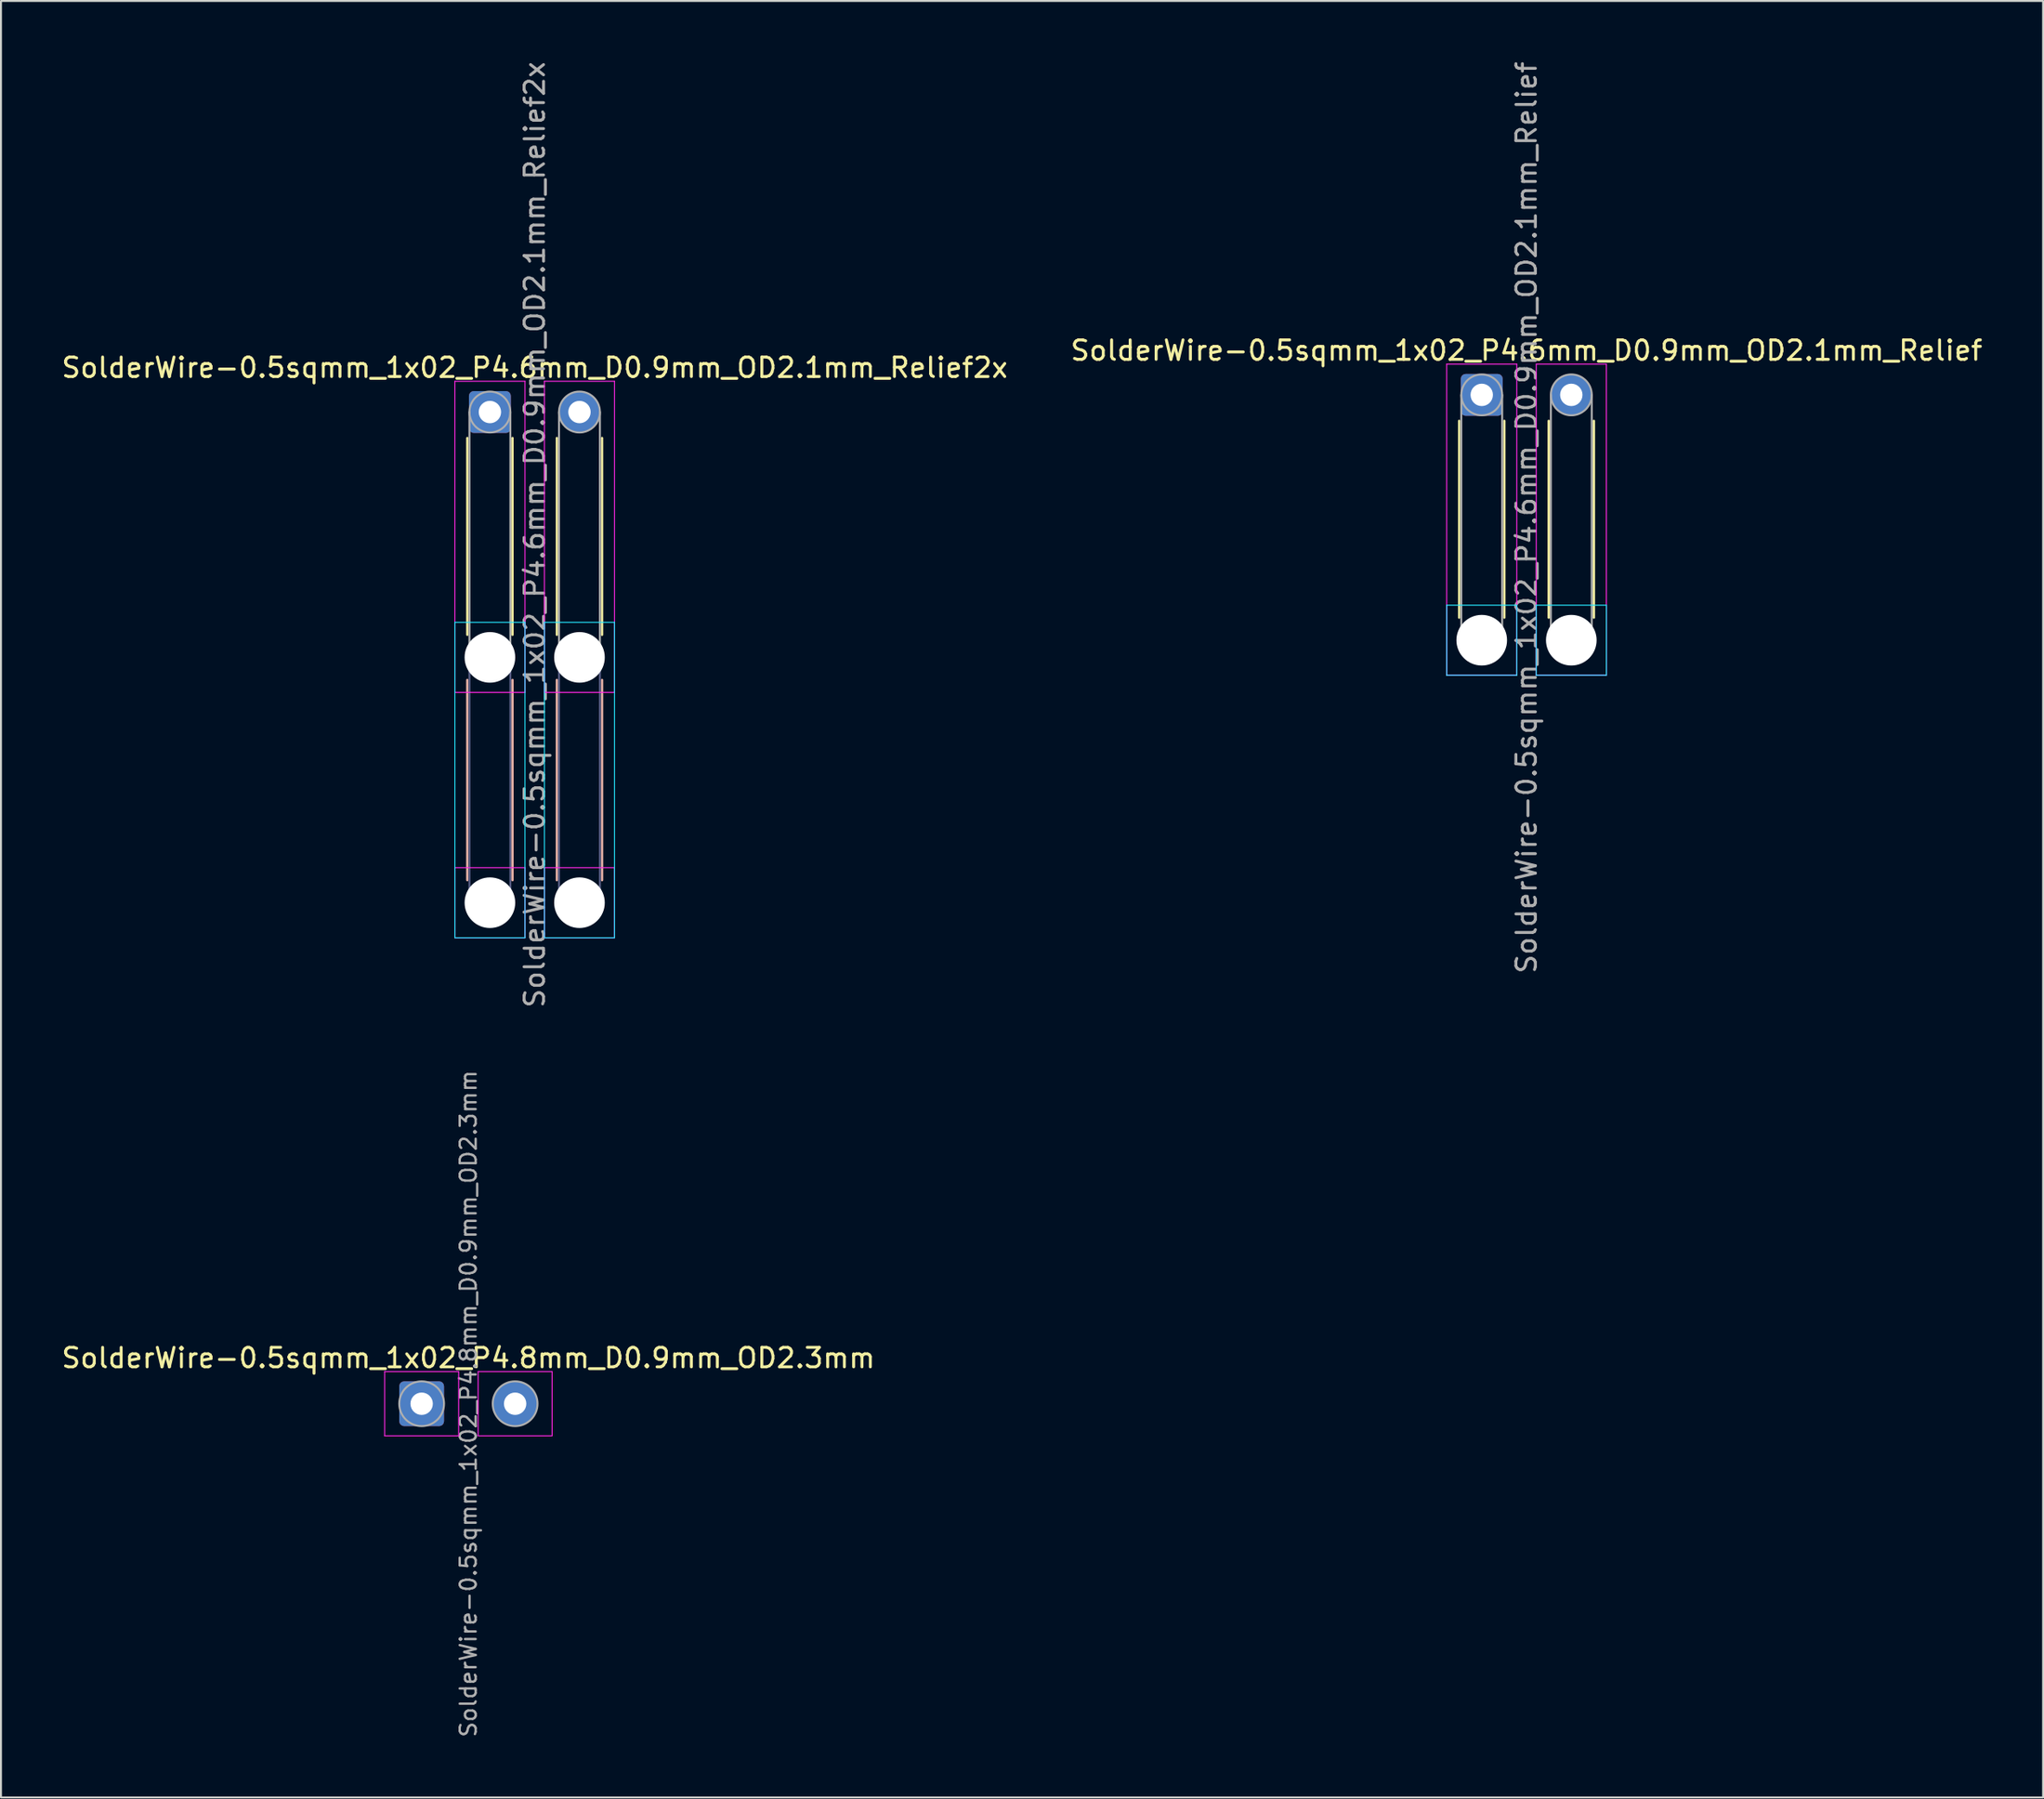
<source format=kicad_pcb>
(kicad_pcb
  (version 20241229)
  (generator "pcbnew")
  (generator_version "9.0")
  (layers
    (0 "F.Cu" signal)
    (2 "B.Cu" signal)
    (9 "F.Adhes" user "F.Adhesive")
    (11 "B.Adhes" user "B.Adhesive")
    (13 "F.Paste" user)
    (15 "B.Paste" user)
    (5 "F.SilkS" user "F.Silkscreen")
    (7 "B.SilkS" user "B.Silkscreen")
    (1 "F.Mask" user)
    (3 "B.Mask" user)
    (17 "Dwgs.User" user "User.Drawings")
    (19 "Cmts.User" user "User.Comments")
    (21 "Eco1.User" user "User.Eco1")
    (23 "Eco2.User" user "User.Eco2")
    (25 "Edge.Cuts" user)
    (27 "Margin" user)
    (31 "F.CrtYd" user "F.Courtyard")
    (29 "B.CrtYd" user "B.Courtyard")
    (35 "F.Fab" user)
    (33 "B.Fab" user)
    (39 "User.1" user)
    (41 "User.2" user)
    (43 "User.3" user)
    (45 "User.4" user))
  (footprint "SolderWire-0.5sqmm_1x02_P4.6mm_D0.9mm_OD2.1mm_Relief2x"
    (layer "F.Cu")
    (at 22.111 18.111)
    (property "Reference" "SolderWire-0.5sqmm_1x02_P4.6mm_D0.9mm_OD2.1mm_Relief2x" (at 2.3 -2.28 0) (layer "F.SilkS") (effects (font (size 1 1) (thickness 0.15))))
    (attr exclude_from_pos_files exclude_from_bom)
    (fp_line (start -1.16 1.335) (end -1.16 11.44) (stroke (width 0.12) (type solid)) (layer "F.SilkS"))
    (fp_line (start 1.16 1.335) (end 1.16 11.44) (stroke (width 0.12) (type solid)) (layer "F.SilkS"))
    (fp_line (start 3.44 1.335) (end 3.44 11.44) (stroke (width 0.12) (type solid)) (layer "F.SilkS"))
    (fp_line (start 5.76 1.335) (end 5.76 11.44) (stroke (width 0.12) (type solid)) (layer "F.SilkS"))
    (fp_line (start -1.16 13.76) (end -1.16 24.04) (stroke (width 0.12) (type solid)) (layer "B.SilkS"))
    (fp_line (start 1.16 13.76) (end 1.16 24.04) (stroke (width 0.12) (type solid)) (layer "B.SilkS"))
    (fp_line (start 3.44 13.76) (end 3.44 24.04) (stroke (width 0.12) (type solid)) (layer "B.SilkS"))
    (fp_line (start 5.76 13.76) (end 5.76 24.04) (stroke (width 0.12) (type solid)) (layer "B.SilkS"))
    (fp_line (start -1.8 10.8) (end -1.8 27) (stroke (width 0.05) (type solid)) (layer "B.CrtYd"))
    (fp_line (start -1.8 27) (end 1.8 27) (stroke (width 0.05) (type solid)) (layer "B.CrtYd"))
    (fp_line (start 1.8 10.8) (end -1.8 10.8) (stroke (width 0.05) (type solid)) (layer "B.CrtYd"))
    (fp_line (start 1.8 27) (end 1.8 10.8) (stroke (width 0.05) (type solid)) (layer "B.CrtYd"))
    (fp_line (start 2.8 10.8) (end 2.8 27) (stroke (width 0.05) (type solid)) (layer "B.CrtYd"))
    (fp_line (start 2.8 27) (end 6.4 27) (stroke (width 0.05) (type solid)) (layer "B.CrtYd"))
    (fp_line (start 6.4 10.8) (end 2.8 10.8) (stroke (width 0.05) (type solid)) (layer "B.CrtYd"))
    (fp_line (start 6.4 27) (end 6.4 10.8) (stroke (width 0.05) (type solid)) (layer "B.CrtYd"))
    (fp_line (start -1.8 -1.58) (end -1.8 14.4) (stroke (width 0.05) (type solid)) (layer "F.CrtYd"))
    (fp_line (start -1.8 14.4) (end 1.8 14.4) (stroke (width 0.05) (type solid)) (layer "F.CrtYd"))
    (fp_line (start -1.8 23.4) (end -1.8 27) (stroke (width 0.05) (type solid)) (layer "F.CrtYd"))
    (fp_line (start -1.8 27) (end 1.8 27) (stroke (width 0.05) (type solid)) (layer "F.CrtYd"))
    (fp_line (start 1.8 -1.58) (end -1.8 -1.58) (stroke (width 0.05) (type solid)) (layer "F.CrtYd"))
    (fp_line (start 1.8 14.4) (end 1.8 -1.58) (stroke (width 0.05) (type solid)) (layer "F.CrtYd"))
    (fp_line (start 1.8 23.4) (end -1.8 23.4) (stroke (width 0.05) (type solid)) (layer "F.CrtYd"))
    (fp_line (start 1.8 27) (end 1.8 23.4) (stroke (width 0.05) (type solid)) (layer "F.CrtYd"))
    (fp_line (start 2.8 -1.58) (end 2.8 14.4) (stroke (width 0.05) (type solid)) (layer "F.CrtYd"))
    (fp_line (start 2.8 14.4) (end 6.4 14.4) (stroke (width 0.05) (type solid)) (layer "F.CrtYd"))
    (fp_line (start 2.8 23.4) (end 2.8 27) (stroke (width 0.05) (type solid)) (layer "F.CrtYd"))
    (fp_line (start 2.8 27) (end 6.4 27) (stroke (width 0.05) (type solid)) (layer "F.CrtYd"))
    (fp_line (start 6.4 -1.58) (end 2.8 -1.58) (stroke (width 0.05) (type solid)) (layer "F.CrtYd"))
    (fp_line (start 6.4 14.4) (end 6.4 -1.58) (stroke (width 0.05) (type solid)) (layer "F.CrtYd"))
    (fp_line (start 6.4 23.4) (end 2.8 23.4) (stroke (width 0.05) (type solid)) (layer "F.CrtYd"))
    (fp_line (start 6.4 27) (end 6.4 23.4) (stroke (width 0.05) (type solid)) (layer "F.CrtYd"))
    (fp_line (start -1.05 12.6) (end -1.05 25.2) (stroke (width 0.1) (type solid)) (layer "B.Fab"))
    (fp_line (start 1.05 12.6) (end 1.05 25.2) (stroke (width 0.1) (type solid)) (layer "B.Fab"))
    (fp_line (start 3.55 12.6) (end 3.55 25.2) (stroke (width 0.1) (type solid)) (layer "B.Fab"))
    (fp_line (start 5.65 12.6) (end 5.65 25.2) (stroke (width 0.1) (type solid)) (layer "B.Fab"))
    (fp_circle (center 0 12.6) (end 1.05 12.6) (stroke (width 0.1) (type solid)) (fill no) (layer "B.Fab"))
    (fp_circle (center 0 25.2) (end 1.05 25.2) (stroke (width 0.1) (type solid)) (fill no) (layer "B.Fab"))
    (fp_circle (center 4.6 12.6) (end 5.65 12.6) (stroke (width 0.1) (type solid)) (fill no) (layer "B.Fab"))
    (fp_circle (center 4.6 25.2) (end 5.65 25.2) (stroke (width 0.1) (type solid)) (fill no) (layer "B.Fab"))
    (fp_line (start -1.05 0) (end -1.05 12.6) (stroke (width 0.1) (type solid)) (layer "F.Fab"))
    (fp_line (start 1.05 0) (end 1.05 12.6) (stroke (width 0.1) (type solid)) (layer "F.Fab"))
    (fp_line (start 3.55 0) (end 3.55 12.6) (stroke (width 0.1) (type solid)) (layer "F.Fab"))
    (fp_line (start 5.65 0) (end 5.65 12.6) (stroke (width 0.1) (type solid)) (layer "F.Fab"))
    (fp_circle (center 0 0) (end 1.05 0) (stroke (width 0.1) (type solid)) (fill no) (layer "F.Fab"))
    (fp_circle (center 0 12.6) (end 1.05 12.6) (stroke (width 0.1) (type solid)) (fill no) (layer "F.Fab"))
    (fp_circle (center 0 25.2) (end 1.05 25.2) (stroke (width 0.1) (type solid)) (fill no) (layer "F.Fab"))
    (fp_circle (center 4.6 0) (end 5.65 0) (stroke (width 0.1) (type solid)) (fill no) (layer "F.Fab"))
    (fp_circle (center 4.6 12.6) (end 5.65 12.6) (stroke (width 0.1) (type solid)) (fill no) (layer "F.Fab"))
    (fp_circle (center 4.6 25.2) (end 5.65 25.2) (stroke (width 0.1) (type solid)) (fill no) (layer "F.Fab"))
    (fp_text user "${REFERENCE}" (at 2.3 6.3 90) (layer "F.Fab") (effects (font (size 1 1) (thickness 0.15))))
    (pad "" np_thru_hole circle (at 0 12.6) (size 2.6 2.6) (drill 2.6) (layers "*.Cu" "*.Mask"))
    (pad "" np_thru_hole circle (at 0 25.2) (size 2.6 2.6) (drill 2.6) (layers "*.Cu" "*.Mask"))
    (pad "" np_thru_hole circle (at 4.6 12.6) (size 2.6 2.6) (drill 2.6) (layers "*.Cu" "*.Mask"))
    (pad "" np_thru_hole circle (at 4.6 25.2) (size 2.6 2.6) (drill 2.6) (layers "*.Cu" "*.Mask"))
    (pad "1" thru_hole roundrect (at 0 0) (size 2.15 2.15) (drill 1.15) (layers "*.Cu" "*.Mask") (roundrect_rratio 0.116))
    (pad "2" thru_hole circle (at 4.6 0) (size 2.15 2.15) (drill 1.15) (layers "*.Cu" "*.Mask")))
  (footprint "SolderWire-0.5sqmm_1x02_P4.8mm_D0.9mm_OD2.3mm"
    (layer "F.Cu")
    (at 18.606 69.042)
    (property "Reference" "SolderWire-0.5sqmm_1x02_P4.8mm_D0.9mm_OD2.3mm" (at 2.4 -2.35 0) (layer "F.SilkS") (effects (font (size 1 1) (thickness 0.15))))
    (attr exclude_from_pos_files exclude_from_bom)
    (fp_line (start -1.9 -1.65) (end -1.9 1.65) (stroke (width 0.05) (type solid)) (layer "F.CrtYd"))
    (fp_line (start -1.9 1.65) (end 1.9 1.65) (stroke (width 0.05) (type solid)) (layer "F.CrtYd"))
    (fp_line (start 1.9 -1.65) (end -1.9 -1.65) (stroke (width 0.05) (type solid)) (layer "F.CrtYd"))
    (fp_line (start 1.9 1.65) (end 1.9 -1.65) (stroke (width 0.05) (type solid)) (layer "F.CrtYd"))
    (fp_line (start 2.9 -1.65) (end 2.9 1.65) (stroke (width 0.05) (type solid)) (layer "F.CrtYd"))
    (fp_line (start 2.9 1.65) (end 6.7 1.65) (stroke (width 0.05) (type solid)) (layer "F.CrtYd"))
    (fp_line (start 6.7 -1.65) (end 2.9 -1.65) (stroke (width 0.05) (type solid)) (layer "F.CrtYd"))
    (fp_line (start 6.7 1.65) (end 6.7 -1.65) (stroke (width 0.05) (type solid)) (layer "F.CrtYd"))
    (fp_circle (center 0 0) (end 1.15 0) (stroke (width 0.1) (type solid)) (fill no) (layer "F.Fab"))
    (fp_circle (center 4.8 0) (end 5.95 0) (stroke (width 0.1) (type solid)) (fill no) (layer "F.Fab"))
    (fp_text user "${REFERENCE}" (at 2.4 0 90) (layer "F.Fab") (effects (font (size 0.82 0.82) (thickness 0.12))))
    (pad "1" thru_hole roundrect (at 0 0) (size 2.3 2.3) (drill 1.15) (layers "*.Cu" "*.Mask") (roundrect_rratio 0.109))
    (pad "2" thru_hole circle (at 4.8 0) (size 2.3 2.3) (drill 1.15) (layers "*.Cu" "*.Mask")))
  (footprint "SolderWire-0.5sqmm_1x02_P4.6mm_D0.9mm_OD2.1mm_Relief"
    (layer "F.Cu")
    (at 73.051 17.23)
    (property "Reference" "SolderWire-0.5sqmm_1x02_P4.6mm_D0.9mm_OD2.1mm_Relief" (at 2.3 -2.28 0) (layer "F.SilkS") (effects (font (size 1 1) (thickness 0.15))))
    (attr exclude_from_pos_files exclude_from_bom)
    (fp_line (start -1.16 1.335) (end -1.16 11.44) (stroke (width 0.12) (type solid)) (layer "F.SilkS"))
    (fp_line (start 1.16 1.335) (end 1.16 11.44) (stroke (width 0.12) (type solid)) (layer "F.SilkS"))
    (fp_line (start 3.44 1.335) (end 3.44 11.44) (stroke (width 0.12) (type solid)) (layer "F.SilkS"))
    (fp_line (start 5.76 1.335) (end 5.76 11.44) (stroke (width 0.12) (type solid)) (layer "F.SilkS"))
    (fp_line (start -1.8 10.8) (end -1.8 14.4) (stroke (width 0.05) (type solid)) (layer "B.CrtYd"))
    (fp_line (start -1.8 14.4) (end 1.8 14.4) (stroke (width 0.05) (type solid)) (layer "B.CrtYd"))
    (fp_line (start 1.8 10.8) (end -1.8 10.8) (stroke (width 0.05) (type solid)) (layer "B.CrtYd"))
    (fp_line (start 1.8 14.4) (end 1.8 10.8) (stroke (width 0.05) (type solid)) (layer "B.CrtYd"))
    (fp_line (start 2.8 10.8) (end 2.8 14.4) (stroke (width 0.05) (type solid)) (layer "B.CrtYd"))
    (fp_line (start 2.8 14.4) (end 6.4 14.4) (stroke (width 0.05) (type solid)) (layer "B.CrtYd"))
    (fp_line (start 6.4 10.8) (end 2.8 10.8) (stroke (width 0.05) (type solid)) (layer "B.CrtYd"))
    (fp_line (start 6.4 14.4) (end 6.4 10.8) (stroke (width 0.05) (type solid)) (layer "B.CrtYd"))
    (fp_line (start -1.8 -1.58) (end -1.8 14.4) (stroke (width 0.05) (type solid)) (layer "F.CrtYd"))
    (fp_line (start -1.8 14.4) (end 1.8 14.4) (stroke (width 0.05) (type solid)) (layer "F.CrtYd"))
    (fp_line (start 1.8 -1.58) (end -1.8 -1.58) (stroke (width 0.05) (type solid)) (layer "F.CrtYd"))
    (fp_line (start 1.8 14.4) (end 1.8 -1.58) (stroke (width 0.05) (type solid)) (layer "F.CrtYd"))
    (fp_line (start 2.8 -1.58) (end 2.8 14.4) (stroke (width 0.05) (type solid)) (layer "F.CrtYd"))
    (fp_line (start 2.8 14.4) (end 6.4 14.4) (stroke (width 0.05) (type solid)) (layer "F.CrtYd"))
    (fp_line (start 6.4 -1.58) (end 2.8 -1.58) (stroke (width 0.05) (type solid)) (layer "F.CrtYd"))
    (fp_line (start 6.4 14.4) (end 6.4 -1.58) (stroke (width 0.05) (type solid)) (layer "F.CrtYd"))
    (fp_line (start -1.05 0) (end -1.05 12.6) (stroke (width 0.1) (type solid)) (layer "F.Fab"))
    (fp_line (start 1.05 0) (end 1.05 12.6) (stroke (width 0.1) (type solid)) (layer "F.Fab"))
    (fp_line (start 3.55 0) (end 3.55 12.6) (stroke (width 0.1) (type solid)) (layer "F.Fab"))
    (fp_line (start 5.65 0) (end 5.65 12.6) (stroke (width 0.1) (type solid)) (layer "F.Fab"))
    (fp_circle (center 0 0) (end 1.05 0) (stroke (width 0.1) (type solid)) (fill no) (layer "F.Fab"))
    (fp_circle (center 0 12.6) (end 1.05 12.6) (stroke (width 0.1) (type solid)) (fill no) (layer "F.Fab"))
    (fp_circle (center 4.6 0) (end 5.65 0) (stroke (width 0.1) (type solid)) (fill no) (layer "F.Fab"))
    (fp_circle (center 4.6 12.6) (end 5.65 12.6) (stroke (width 0.1) (type solid)) (fill no) (layer "F.Fab"))
    (fp_text user "${REFERENCE}" (at 2.3 6.3 90) (layer "F.Fab") (effects (font (size 1 1) (thickness 0.15))))
    (pad "" np_thru_hole circle (at 0 12.6) (size 2.6 2.6) (drill 2.6) (layers "*.Cu" "*.Mask"))
    (pad "" np_thru_hole circle (at 4.6 12.6) (size 2.6 2.6) (drill 2.6) (layers "*.Cu" "*.Mask"))
    (pad "1" thru_hole roundrect (at 0 0) (size 2.15 2.15) (drill 1.15) (layers "*.Cu" "*.Mask") (roundrect_rratio 0.116))
    (pad "2" thru_hole circle (at 4.6 0) (size 2.15 2.15) (drill 1.15) (layers "*.Cu" "*.Mask")))
  (gr_rect
    (start -3 -3)
    (end 101.881 89.262)
    (stroke (width 0.1) (type default))
    (fill no)
    (layer "Edge.Cuts")))
</source>
